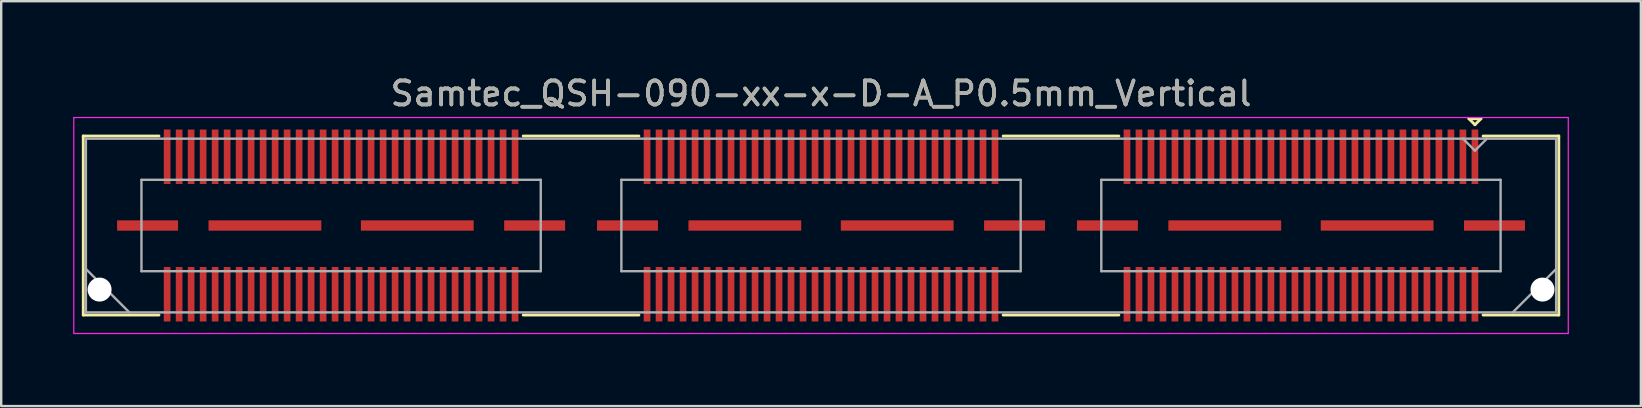
<source format=kicad_pcb>
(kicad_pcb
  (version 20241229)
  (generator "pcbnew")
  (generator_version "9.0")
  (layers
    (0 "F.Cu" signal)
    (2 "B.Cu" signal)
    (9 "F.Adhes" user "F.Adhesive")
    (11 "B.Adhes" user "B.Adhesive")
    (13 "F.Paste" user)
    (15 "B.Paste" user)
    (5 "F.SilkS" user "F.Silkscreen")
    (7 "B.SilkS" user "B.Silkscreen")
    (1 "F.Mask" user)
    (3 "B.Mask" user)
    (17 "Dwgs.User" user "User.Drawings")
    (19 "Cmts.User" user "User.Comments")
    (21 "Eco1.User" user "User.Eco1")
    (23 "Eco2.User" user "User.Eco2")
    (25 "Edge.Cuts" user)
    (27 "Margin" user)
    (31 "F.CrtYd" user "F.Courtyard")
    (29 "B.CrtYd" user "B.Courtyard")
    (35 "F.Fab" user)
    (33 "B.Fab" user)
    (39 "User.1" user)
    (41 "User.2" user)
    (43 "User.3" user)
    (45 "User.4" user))
  (footprint "Samtec_QSH-090-xx-x-D-A_P0.5mm_Vertical"
    (layer "F.Cu")
    (at 31.165 6.348)
    (property "Reference" "Samtec_QSH-090-xx-x-D-A_P0.5mm_Vertical" (at 0 -5.5 0) (layer "F.SilkS") (effects (font (size 1 1) (thickness 0.15))))
    (attr smd)
    (fp_line (start -30.745 -3.73) (end -27.59 -3.73) (stroke (width 0.12) (type solid)) (layer "F.SilkS"))
    (fp_line (start -30.745 3.73) (end -30.745 -3.73) (stroke (width 0.12) (type solid)) (layer "F.SilkS"))
    (fp_line (start -27.59 3.73) (end -30.745 3.73) (stroke (width 0.12) (type solid)) (layer "F.SilkS"))
    (fp_line (start -7.59 -3.73) (end -12.411 -3.73) (stroke (width 0.12) (type solid)) (layer "F.SilkS"))
    (fp_line (start -7.59 3.73) (end -12.411 3.73) (stroke (width 0.12) (type solid)) (layer "F.SilkS"))
    (fp_line (start 12.411 -3.73) (end 7.59 -3.73) (stroke (width 0.12) (type solid)) (layer "F.SilkS"))
    (fp_line (start 12.411 3.73) (end 7.59 3.73) (stroke (width 0.12) (type solid)) (layer "F.SilkS"))
    (fp_line (start 27 -4.45) (end 27.5 -4.45) (stroke (width 0.12) (type solid)) (layer "F.SilkS"))
    (fp_line (start 27.25 -4.2) (end 27 -4.45) (stroke (width 0.12) (type solid)) (layer "F.SilkS"))
    (fp_line (start 27.5 -4.45) (end 27.25 -4.2) (stroke (width 0.12) (type solid)) (layer "F.SilkS"))
    (fp_line (start 27.59 3.73) (end 30.745 3.73) (stroke (width 0.12) (type solid)) (layer "F.SilkS"))
    (fp_line (start 30.745 -3.73) (end 27.59 -3.73) (stroke (width 0.12) (type solid)) (layer "F.SilkS"))
    (fp_line (start 30.745 3.73) (end 30.745 -3.73) (stroke (width 0.12) (type solid)) (layer "F.SilkS"))
    (fp_line (start -31.14 -4.5) (end -31.14 4.5) (stroke (width 0.05) (type solid)) (layer "F.CrtYd"))
    (fp_line (start -31.14 4.5) (end 31.14 4.5) (stroke (width 0.05) (type solid)) (layer "F.CrtYd"))
    (fp_line (start 31.14 -4.5) (end -31.14 -4.5) (stroke (width 0.05) (type solid)) (layer "F.CrtYd"))
    (fp_line (start 31.14 4.5) (end 31.14 -4.5) (stroke (width 0.05) (type solid)) (layer "F.CrtYd"))
    (fp_line (start -30.635 -3.62) (end -30.635 3.62) (stroke (width 0.1) (type solid)) (layer "F.Fab"))
    (fp_line (start -30.635 1.81) (end -28.825 3.62) (stroke (width 0.1) (type solid)) (layer "F.Fab"))
    (fp_line (start -30.635 3.62) (end 30.635 3.62) (stroke (width 0.1) (type solid)) (layer "F.Fab"))
    (fp_line (start -28.32 -1.905) (end -28.32 1.905) (stroke (width 0.1) (type solid)) (layer "F.Fab"))
    (fp_line (start -28.32 1.905) (end -11.68 1.905) (stroke (width 0.1) (type solid)) (layer "F.Fab"))
    (fp_line (start -11.68 -1.905) (end -28.32 -1.905) (stroke (width 0.1) (type solid)) (layer "F.Fab"))
    (fp_line (start -11.68 1.905) (end -11.68 -1.905) (stroke (width 0.1) (type solid)) (layer "F.Fab"))
    (fp_line (start -8.32 -1.905) (end -8.32 1.905) (stroke (width 0.1) (type solid)) (layer "F.Fab"))
    (fp_line (start -8.32 1.905) (end 8.32 1.905) (stroke (width 0.1) (type solid)) (layer "F.Fab"))
    (fp_line (start 8.32 -1.905) (end -8.32 -1.905) (stroke (width 0.1) (type solid)) (layer "F.Fab"))
    (fp_line (start 8.32 1.905) (end 8.32 -1.905) (stroke (width 0.1) (type solid)) (layer "F.Fab"))
    (fp_line (start 11.68 -1.905) (end 11.68 1.905) (stroke (width 0.1) (type solid)) (layer "F.Fab"))
    (fp_line (start 11.68 1.905) (end 28.32 1.905) (stroke (width 0.1) (type solid)) (layer "F.Fab"))
    (fp_line (start 27.25 -3.12) (end 26.75 -3.62) (stroke (width 0.1) (type solid)) (layer "F.Fab"))
    (fp_line (start 27.75 -3.62) (end 27.25 -3.12) (stroke (width 0.1) (type solid)) (layer "F.Fab"))
    (fp_line (start 28.32 -1.905) (end 11.68 -1.905) (stroke (width 0.1) (type solid)) (layer "F.Fab"))
    (fp_line (start 28.32 1.905) (end 28.32 -1.905) (stroke (width 0.1) (type solid)) (layer "F.Fab"))
    (fp_line (start 30.635 -3.62) (end -30.635 -3.62) (stroke (width 0.1) (type solid)) (layer "F.Fab"))
    (fp_line (start 30.635 1.81) (end 28.825 3.62) (stroke (width 0.1) (type solid)) (layer "F.Fab"))
    (fp_line (start 30.635 3.62) (end 30.635 -3.62) (stroke (width 0.1) (type solid)) (layer "F.Fab"))
    (fp_text user "${REFERENCE}" (at 0 -5.5 0) (layer "F.Fab") (effects (font (size 1 1) (thickness 0.15))))
    (pad "" np_thru_hole circle (at -30.065 2.67) (size 1 1) (drill 1) (layers "*.Cu" "*.Mask"))
    (pad "" np_thru_hole circle (at 30.065 2.67) (size 1 1) (drill 1) (layers "*.Cu" "*.Mask"))
    (pad "1" smd rect (at 27.25 -2.865) (size 0.279 2.27) (layers "F.Cu" "F.Mask" "F.Paste"))
    (pad "2" smd rect (at 27.25 2.865) (size 0.279 2.27) (layers "F.Cu" "F.Mask" "F.Paste"))
    (pad "3" smd rect (at 26.75 -2.865) (size 0.279 2.27) (layers "F.Cu" "F.Mask" "F.Paste"))
    (pad "4" smd rect (at 26.75 2.865) (size 0.279 2.27) (layers "F.Cu" "F.Mask" "F.Paste"))
    (pad "5" smd rect (at 26.25 -2.865) (size 0.279 2.27) (layers "F.Cu" "F.Mask" "F.Paste"))
    (pad "6" smd rect (at 26.25 2.865) (size 0.279 2.27) (layers "F.Cu" "F.Mask" "F.Paste"))
    (pad "7" smd rect (at 25.75 -2.865) (size 0.279 2.27) (layers "F.Cu" "F.Mask" "F.Paste"))
    (pad "8" smd rect (at 25.75 2.865) (size 0.279 2.27) (layers "F.Cu" "F.Mask" "F.Paste"))
    (pad "9" smd rect (at 25.25 -2.865) (size 0.279 2.27) (layers "F.Cu" "F.Mask" "F.Paste"))
    (pad "10" smd rect (at 25.25 2.865) (size 0.279 2.27) (layers "F.Cu" "F.Mask" "F.Paste"))
    (pad "11" smd rect (at 24.75 -2.865) (size 0.279 2.27) (layers "F.Cu" "F.Mask" "F.Paste"))
    (pad "12" smd rect (at 24.75 2.865) (size 0.279 2.27) (layers "F.Cu" "F.Mask" "F.Paste"))
    (pad "13" smd rect (at 24.25 -2.865) (size 0.279 2.27) (layers "F.Cu" "F.Mask" "F.Paste"))
    (pad "14" smd rect (at 24.25 2.865) (size 0.279 2.27) (layers "F.Cu" "F.Mask" "F.Paste"))
    (pad "15" smd rect (at 23.75 -2.865) (size 0.279 2.27) (layers "F.Cu" "F.Mask" "F.Paste"))
    (pad "16" smd rect (at 23.75 2.865) (size 0.279 2.27) (layers "F.Cu" "F.Mask" "F.Paste"))
    (pad "17" smd rect (at 23.25 -2.865) (size 0.279 2.27) (layers "F.Cu" "F.Mask" "F.Paste"))
    (pad "18" smd rect (at 23.25 2.865) (size 0.279 2.27) (layers "F.Cu" "F.Mask" "F.Paste"))
    (pad "19" smd rect (at 22.75 -2.865) (size 0.279 2.27) (layers "F.Cu" "F.Mask" "F.Paste"))
    (pad "20" smd rect (at 22.75 2.865) (size 0.279 2.27) (layers "F.Cu" "F.Mask" "F.Paste"))
    (pad "21" smd rect (at 22.25 -2.865) (size 0.279 2.27) (layers "F.Cu" "F.Mask" "F.Paste"))
    (pad "22" smd rect (at 22.25 2.865) (size 0.279 2.27) (layers "F.Cu" "F.Mask" "F.Paste"))
    (pad "23" smd rect (at 21.75 -2.865) (size 0.279 2.27) (layers "F.Cu" "F.Mask" "F.Paste"))
    (pad "24" smd rect (at 21.75 2.865) (size 0.279 2.27) (layers "F.Cu" "F.Mask" "F.Paste"))
    (pad "25" smd rect (at 21.25 -2.865) (size 0.279 2.27) (layers "F.Cu" "F.Mask" "F.Paste"))
    (pad "26" smd rect (at 21.25 2.865) (size 0.279 2.27) (layers "F.Cu" "F.Mask" "F.Paste"))
    (pad "27" smd rect (at 20.75 -2.865) (size 0.279 2.27) (layers "F.Cu" "F.Mask" "F.Paste"))
    (pad "28" smd rect (at 20.75 2.865) (size 0.279 2.27) (layers "F.Cu" "F.Mask" "F.Paste"))
    (pad "29" smd rect (at 20.25 -2.865) (size 0.279 2.27) (layers "F.Cu" "F.Mask" "F.Paste"))
    (pad "30" smd rect (at 20.25 2.865) (size 0.279 2.27) (layers "F.Cu" "F.Mask" "F.Paste"))
    (pad "31" smd rect (at 19.75 -2.865) (size 0.279 2.27) (layers "F.Cu" "F.Mask" "F.Paste"))
    (pad "32" smd rect (at 19.75 2.865) (size 0.279 2.27) (layers "F.Cu" "F.Mask" "F.Paste"))
    (pad "33" smd rect (at 19.25 -2.865) (size 0.279 2.27) (layers "F.Cu" "F.Mask" "F.Paste"))
    (pad "34" smd rect (at 19.25 2.865) (size 0.279 2.27) (layers "F.Cu" "F.Mask" "F.Paste"))
    (pad "35" smd rect (at 18.75 -2.865) (size 0.279 2.27) (layers "F.Cu" "F.Mask" "F.Paste"))
    (pad "36" smd rect (at 18.75 2.865) (size 0.279 2.27) (layers "F.Cu" "F.Mask" "F.Paste"))
    (pad "37" smd rect (at 18.25 -2.865) (size 0.279 2.27) (layers "F.Cu" "F.Mask" "F.Paste"))
    (pad "38" smd rect (at 18.25 2.865) (size 0.279 2.27) (layers "F.Cu" "F.Mask" "F.Paste"))
    (pad "39" smd rect (at 17.75 -2.865) (size 0.279 2.27) (layers "F.Cu" "F.Mask" "F.Paste"))
    (pad "40" smd rect (at 17.75 2.865) (size 0.279 2.27) (layers "F.Cu" "F.Mask" "F.Paste"))
    (pad "41" smd rect (at 17.25 -2.865) (size 0.279 2.27) (layers "F.Cu" "F.Mask" "F.Paste"))
    (pad "42" smd rect (at 17.25 2.865) (size 0.279 2.27) (layers "F.Cu" "F.Mask" "F.Paste"))
    (pad "43" smd rect (at 16.75 -2.865) (size 0.279 2.27) (layers "F.Cu" "F.Mask" "F.Paste"))
    (pad "44" smd rect (at 16.75 2.865) (size 0.279 2.27) (layers "F.Cu" "F.Mask" "F.Paste"))
    (pad "45" smd rect (at 16.25 -2.865) (size 0.279 2.27) (layers "F.Cu" "F.Mask" "F.Paste"))
    (pad "46" smd rect (at 16.25 2.865) (size 0.279 2.27) (layers "F.Cu" "F.Mask" "F.Paste"))
    (pad "47" smd rect (at 15.75 -2.865) (size 0.279 2.27) (layers "F.Cu" "F.Mask" "F.Paste"))
    (pad "48" smd rect (at 15.75 2.865) (size 0.279 2.27) (layers "F.Cu" "F.Mask" "F.Paste"))
    (pad "49" smd rect (at 15.25 -2.865) (size 0.279 2.27) (layers "F.Cu" "F.Mask" "F.Paste"))
    (pad "50" smd rect (at 15.25 2.865) (size 0.279 2.27) (layers "F.Cu" "F.Mask" "F.Paste"))
    (pad "51" smd rect (at 14.75 -2.865) (size 0.279 2.27) (layers "F.Cu" "F.Mask" "F.Paste"))
    (pad "52" smd rect (at 14.75 2.865) (size 0.279 2.27) (layers "F.Cu" "F.Mask" "F.Paste"))
    (pad "53" smd rect (at 14.25 -2.865) (size 0.279 2.27) (layers "F.Cu" "F.Mask" "F.Paste"))
    (pad "54" smd rect (at 14.25 2.865) (size 0.279 2.27) (layers "F.Cu" "F.Mask" "F.Paste"))
    (pad "55" smd rect (at 13.75 -2.865) (size 0.279 2.27) (layers "F.Cu" "F.Mask" "F.Paste"))
    (pad "56" smd rect (at 13.75 2.865) (size 0.279 2.27) (layers "F.Cu" "F.Mask" "F.Paste"))
    (pad "57" smd rect (at 13.25 -2.865) (size 0.279 2.27) (layers "F.Cu" "F.Mask" "F.Paste"))
    (pad "58" smd rect (at 13.25 2.865) (size 0.279 2.27) (layers "F.Cu" "F.Mask" "F.Paste"))
    (pad "59" smd rect (at 12.75 -2.865) (size 0.279 2.27) (layers "F.Cu" "F.Mask" "F.Paste"))
    (pad "60" smd rect (at 12.75 2.865) (size 0.279 2.27) (layers "F.Cu" "F.Mask" "F.Paste"))
    (pad "61" smd rect (at 7.25 -2.865) (size 0.279 2.27) (layers "F.Cu" "F.Mask" "F.Paste"))
    (pad "62" smd rect (at 7.25 2.865) (size 0.279 2.27) (layers "F.Cu" "F.Mask" "F.Paste"))
    (pad "63" smd rect (at 6.75 -2.865) (size 0.279 2.27) (layers "F.Cu" "F.Mask" "F.Paste"))
    (pad "64" smd rect (at 6.75 2.865) (size 0.279 2.27) (layers "F.Cu" "F.Mask" "F.Paste"))
    (pad "65" smd rect (at 6.25 -2.865) (size 0.279 2.27) (layers "F.Cu" "F.Mask" "F.Paste"))
    (pad "66" smd rect (at 6.25 2.865) (size 0.279 2.27) (layers "F.Cu" "F.Mask" "F.Paste"))
    (pad "67" smd rect (at 5.75 -2.865) (size 0.279 2.27) (layers "F.Cu" "F.Mask" "F.Paste"))
    (pad "68" smd rect (at 5.75 2.865) (size 0.279 2.27) (layers "F.Cu" "F.Mask" "F.Paste"))
    (pad "69" smd rect (at 5.25 -2.865) (size 0.279 2.27) (layers "F.Cu" "F.Mask" "F.Paste"))
    (pad "70" smd rect (at 5.25 2.865) (size 0.279 2.27) (layers "F.Cu" "F.Mask" "F.Paste"))
    (pad "71" smd rect (at 4.75 -2.865) (size 0.279 2.27) (layers "F.Cu" "F.Mask" "F.Paste"))
    (pad "72" smd rect (at 4.75 2.865) (size 0.279 2.27) (layers "F.Cu" "F.Mask" "F.Paste"))
    (pad "73" smd rect (at 4.25 -2.865) (size 0.279 2.27) (layers "F.Cu" "F.Mask" "F.Paste"))
    (pad "74" smd rect (at 4.25 2.865) (size 0.279 2.27) (layers "F.Cu" "F.Mask" "F.Paste"))
    (pad "75" smd rect (at 3.75 -2.865) (size 0.279 2.27) (layers "F.Cu" "F.Mask" "F.Paste"))
    (pad "76" smd rect (at 3.75 2.865) (size 0.279 2.27) (layers "F.Cu" "F.Mask" "F.Paste"))
    (pad "77" smd rect (at 3.25 -2.865) (size 0.279 2.27) (layers "F.Cu" "F.Mask" "F.Paste"))
    (pad "78" smd rect (at 3.25 2.865) (size 0.279 2.27) (layers "F.Cu" "F.Mask" "F.Paste"))
    (pad "79" smd rect (at 2.75 -2.865) (size 0.279 2.27) (layers "F.Cu" "F.Mask" "F.Paste"))
    (pad "80" smd rect (at 2.75 2.865) (size 0.279 2.27) (layers "F.Cu" "F.Mask" "F.Paste"))
    (pad "81" smd rect (at 2.25 -2.865) (size 0.279 2.27) (layers "F.Cu" "F.Mask" "F.Paste"))
    (pad "82" smd rect (at 2.25 2.865) (size 0.279 2.27) (layers "F.Cu" "F.Mask" "F.Paste"))
    (pad "83" smd rect (at 1.75 -2.865) (size 0.279 2.27) (layers "F.Cu" "F.Mask" "F.Paste"))
    (pad "84" smd rect (at 1.75 2.865) (size 0.279 2.27) (layers "F.Cu" "F.Mask" "F.Paste"))
    (pad "85" smd rect (at 1.25 -2.865) (size 0.279 2.27) (layers "F.Cu" "F.Mask" "F.Paste"))
    (pad "86" smd rect (at 1.25 2.865) (size 0.279 2.27) (layers "F.Cu" "F.Mask" "F.Paste"))
    (pad "87" smd rect (at 0.75 -2.865) (size 0.279 2.27) (layers "F.Cu" "F.Mask" "F.Paste"))
    (pad "88" smd rect (at 0.75 2.865) (size 0.279 2.27) (layers "F.Cu" "F.Mask" "F.Paste"))
    (pad "89" smd rect (at 0.25 -2.865) (size 0.279 2.27) (layers "F.Cu" "F.Mask" "F.Paste"))
    (pad "90" smd rect (at 0.25 2.865) (size 0.279 2.27) (layers "F.Cu" "F.Mask" "F.Paste"))
    (pad "91" smd rect (at -0.25 -2.865) (size 0.279 2.27) (layers "F.Cu" "F.Mask" "F.Paste"))
    (pad "92" smd rect (at -0.25 2.865) (size 0.279 2.27) (layers "F.Cu" "F.Mask" "F.Paste"))
    (pad "93" smd rect (at -0.75 -2.865) (size 0.279 2.27) (layers "F.Cu" "F.Mask" "F.Paste"))
    (pad "94" smd rect (at -0.75 2.865) (size 0.279 2.27) (layers "F.Cu" "F.Mask" "F.Paste"))
    (pad "95" smd rect (at -1.25 -2.865) (size 0.279 2.27) (layers "F.Cu" "F.Mask" "F.Paste"))
    (pad "96" smd rect (at -1.25 2.865) (size 0.279 2.27) (layers "F.Cu" "F.Mask" "F.Paste"))
    (pad "97" smd rect (at -1.75 -2.865) (size 0.279 2.27) (layers "F.Cu" "F.Mask" "F.Paste"))
    (pad "98" smd rect (at -1.75 2.865) (size 0.279 2.27) (layers "F.Cu" "F.Mask" "F.Paste"))
    (pad "99" smd rect (at -2.25 -2.865) (size 0.279 2.27) (layers "F.Cu" "F.Mask" "F.Paste"))
    (pad "100" smd rect (at -2.25 2.865) (size 0.279 2.27) (layers "F.Cu" "F.Mask" "F.Paste"))
    (pad "101" smd rect (at -2.75 -2.865) (size 0.279 2.27) (layers "F.Cu" "F.Mask" "F.Paste"))
    (pad "102" smd rect (at -2.75 2.865) (size 0.279 2.27) (layers "F.Cu" "F.Mask" "F.Paste"))
    (pad "103" smd rect (at -3.25 -2.865) (size 0.279 2.27) (layers "F.Cu" "F.Mask" "F.Paste"))
    (pad "104" smd rect (at -3.25 2.865) (size 0.279 2.27) (layers "F.Cu" "F.Mask" "F.Paste"))
    (pad "105" smd rect (at -3.75 -2.865) (size 0.279 2.27) (layers "F.Cu" "F.Mask" "F.Paste"))
    (pad "106" smd rect (at -3.75 2.865) (size 0.279 2.27) (layers "F.Cu" "F.Mask" "F.Paste"))
    (pad "107" smd rect (at -4.25 -2.865) (size 0.279 2.27) (layers "F.Cu" "F.Mask" "F.Paste"))
    (pad "108" smd rect (at -4.25 2.865) (size 0.279 2.27) (layers "F.Cu" "F.Mask" "F.Paste"))
    (pad "109" smd rect (at -4.75 -2.865) (size 0.279 2.27) (layers "F.Cu" "F.Mask" "F.Paste"))
    (pad "110" smd rect (at -4.75 2.865) (size 0.279 2.27) (layers "F.Cu" "F.Mask" "F.Paste"))
    (pad "111" smd rect (at -5.25 -2.865) (size 0.279 2.27) (layers "F.Cu" "F.Mask" "F.Paste"))
    (pad "112" smd rect (at -5.25 2.865) (size 0.279 2.27) (layers "F.Cu" "F.Mask" "F.Paste"))
    (pad "113" smd rect (at -5.75 -2.865) (size 0.279 2.27) (layers "F.Cu" "F.Mask" "F.Paste"))
    (pad "114" smd rect (at -5.75 2.865) (size 0.279 2.27) (layers "F.Cu" "F.Mask" "F.Paste"))
    (pad "115" smd rect (at -6.25 -2.865) (size 0.279 2.27) (layers "F.Cu" "F.Mask" "F.Paste"))
    (pad "116" smd rect (at -6.25 2.865) (size 0.279 2.27) (layers "F.Cu" "F.Mask" "F.Paste"))
    (pad "117" smd rect (at -6.75 -2.865) (size 0.279 2.27) (layers "F.Cu" "F.Mask" "F.Paste"))
    (pad "118" smd rect (at -6.75 2.865) (size 0.279 2.27) (layers "F.Cu" "F.Mask" "F.Paste"))
    (pad "119" smd rect (at -7.25 -2.865) (size 0.279 2.27) (layers "F.Cu" "F.Mask" "F.Paste"))
    (pad "120" smd rect (at -7.25 2.865) (size 0.279 2.27) (layers "F.Cu" "F.Mask" "F.Paste"))
    (pad "121" smd rect (at -12.75 -2.865) (size 0.279 2.27) (layers "F.Cu" "F.Mask" "F.Paste"))
    (pad "122" smd rect (at -12.75 2.865) (size 0.279 2.27) (layers "F.Cu" "F.Mask" "F.Paste"))
    (pad "123" smd rect (at -13.25 -2.865) (size 0.279 2.27) (layers "F.Cu" "F.Mask" "F.Paste"))
    (pad "124" smd rect (at -13.25 2.865) (size 0.279 2.27) (layers "F.Cu" "F.Mask" "F.Paste"))
    (pad "125" smd rect (at -13.75 -2.865) (size 0.279 2.27) (layers "F.Cu" "F.Mask" "F.Paste"))
    (pad "126" smd rect (at -13.75 2.865) (size 0.279 2.27) (layers "F.Cu" "F.Mask" "F.Paste"))
    (pad "127" smd rect (at -14.25 -2.865) (size 0.279 2.27) (layers "F.Cu" "F.Mask" "F.Paste"))
    (pad "128" smd rect (at -14.25 2.865) (size 0.279 2.27) (layers "F.Cu" "F.Mask" "F.Paste"))
    (pad "129" smd rect (at -14.75 -2.865) (size 0.279 2.27) (layers "F.Cu" "F.Mask" "F.Paste"))
    (pad "130" smd rect (at -14.75 2.865) (size 0.279 2.27) (layers "F.Cu" "F.Mask" "F.Paste"))
    (pad "131" smd rect (at -15.25 -2.865) (size 0.279 2.27) (layers "F.Cu" "F.Mask" "F.Paste"))
    (pad "132" smd rect (at -15.25 2.865) (size 0.279 2.27) (layers "F.Cu" "F.Mask" "F.Paste"))
    (pad "133" smd rect (at -15.75 -2.865) (size 0.279 2.27) (layers "F.Cu" "F.Mask" "F.Paste"))
    (pad "134" smd rect (at -15.75 2.865) (size 0.279 2.27) (layers "F.Cu" "F.Mask" "F.Paste"))
    (pad "135" smd rect (at -16.25 -2.865) (size 0.279 2.27) (layers "F.Cu" "F.Mask" "F.Paste"))
    (pad "136" smd rect (at -16.25 2.865) (size 0.279 2.27) (layers "F.Cu" "F.Mask" "F.Paste"))
    (pad "137" smd rect (at -16.75 -2.865) (size 0.279 2.27) (layers "F.Cu" "F.Mask" "F.Paste"))
    (pad "138" smd rect (at -16.75 2.865) (size 0.279 2.27) (layers "F.Cu" "F.Mask" "F.Paste"))
    (pad "139" smd rect (at -17.25 -2.865) (size 0.279 2.27) (layers "F.Cu" "F.Mask" "F.Paste"))
    (pad "140" smd rect (at -17.25 2.865) (size 0.279 2.27) (layers "F.Cu" "F.Mask" "F.Paste"))
    (pad "141" smd rect (at -17.75 -2.865) (size 0.279 2.27) (layers "F.Cu" "F.Mask" "F.Paste"))
    (pad "142" smd rect (at -17.75 2.865) (size 0.279 2.27) (layers "F.Cu" "F.Mask" "F.Paste"))
    (pad "143" smd rect (at -18.25 -2.865) (size 0.279 2.27) (layers "F.Cu" "F.Mask" "F.Paste"))
    (pad "144" smd rect (at -18.25 2.865) (size 0.279 2.27) (layers "F.Cu" "F.Mask" "F.Paste"))
    (pad "145" smd rect (at -18.75 -2.865) (size 0.279 2.27) (layers "F.Cu" "F.Mask" "F.Paste"))
    (pad "146" smd rect (at -18.75 2.865) (size 0.279 2.27) (layers "F.Cu" "F.Mask" "F.Paste"))
    (pad "147" smd rect (at -19.25 -2.865) (size 0.279 2.27) (layers "F.Cu" "F.Mask" "F.Paste"))
    (pad "148" smd rect (at -19.25 2.865) (size 0.279 2.27) (layers "F.Cu" "F.Mask" "F.Paste"))
    (pad "149" smd rect (at -19.75 -2.865) (size 0.279 2.27) (layers "F.Cu" "F.Mask" "F.Paste"))
    (pad "150" smd rect (at -19.75 2.865) (size 0.279 2.27) (layers "F.Cu" "F.Mask" "F.Paste"))
    (pad "151" smd rect (at -20.25 -2.865) (size 0.279 2.27) (layers "F.Cu" "F.Mask" "F.Paste"))
    (pad "152" smd rect (at -20.25 2.865) (size 0.279 2.27) (layers "F.Cu" "F.Mask" "F.Paste"))
    (pad "153" smd rect (at -20.75 -2.865) (size 0.279 2.27) (layers "F.Cu" "F.Mask" "F.Paste"))
    (pad "154" smd rect (at -20.75 2.865) (size 0.279 2.27) (layers "F.Cu" "F.Mask" "F.Paste"))
    (pad "155" smd rect (at -21.25 -2.865) (size 0.279 2.27) (layers "F.Cu" "F.Mask" "F.Paste"))
    (pad "156" smd rect (at -21.25 2.865) (size 0.279 2.27) (layers "F.Cu" "F.Mask" "F.Paste"))
    (pad "157" smd rect (at -21.75 -2.865) (size 0.279 2.27) (layers "F.Cu" "F.Mask" "F.Paste"))
    (pad "158" smd rect (at -21.75 2.865) (size 0.279 2.27) (layers "F.Cu" "F.Mask" "F.Paste"))
    (pad "159" smd rect (at -22.25 -2.865) (size 0.279 2.27) (layers "F.Cu" "F.Mask" "F.Paste"))
    (pad "160" smd rect (at -22.25 2.865) (size 0.279 2.27) (layers "F.Cu" "F.Mask" "F.Paste"))
    (pad "161" smd rect (at -22.75 -2.865) (size 0.279 2.27) (layers "F.Cu" "F.Mask" "F.Paste"))
    (pad "162" smd rect (at -22.75 2.865) (size 0.279 2.27) (layers "F.Cu" "F.Mask" "F.Paste"))
    (pad "163" smd rect (at -23.25 -2.865) (size 0.279 2.27) (layers "F.Cu" "F.Mask" "F.Paste"))
    (pad "164" smd rect (at -23.25 2.865) (size 0.279 2.27) (layers "F.Cu" "F.Mask" "F.Paste"))
    (pad "165" smd rect (at -23.75 -2.865) (size 0.279 2.27) (layers "F.Cu" "F.Mask" "F.Paste"))
    (pad "166" smd rect (at -23.75 2.865) (size 0.279 2.27) (layers "F.Cu" "F.Mask" "F.Paste"))
    (pad "167" smd rect (at -24.25 -2.865) (size 0.279 2.27) (layers "F.Cu" "F.Mask" "F.Paste"))
    (pad "168" smd rect (at -24.25 2.865) (size 0.279 2.27) (layers "F.Cu" "F.Mask" "F.Paste"))
    (pad "169" smd rect (at -24.75 -2.865) (size 0.279 2.27) (layers "F.Cu" "F.Mask" "F.Paste"))
    (pad "170" smd rect (at -24.75 2.865) (size 0.279 2.27) (layers "F.Cu" "F.Mask" "F.Paste"))
    (pad "171" smd rect (at -25.25 -2.865) (size 0.279 2.27) (layers "F.Cu" "F.Mask" "F.Paste"))
    (pad "172" smd rect (at -25.25 2.865) (size 0.279 2.27) (layers "F.Cu" "F.Mask" "F.Paste"))
    (pad "173" smd rect (at -25.75 -2.865) (size 0.279 2.27) (layers "F.Cu" "F.Mask" "F.Paste"))
    (pad "174" smd rect (at -25.75 2.865) (size 0.279 2.27) (layers "F.Cu" "F.Mask" "F.Paste"))
    (pad "175" smd rect (at -26.25 -2.865) (size 0.279 2.27) (layers "F.Cu" "F.Mask" "F.Paste"))
    (pad "176" smd rect (at -26.25 2.865) (size 0.279 2.27) (layers "F.Cu" "F.Mask" "F.Paste"))
    (pad "177" smd rect (at -26.75 -2.865) (size 0.279 2.27) (layers "F.Cu" "F.Mask" "F.Paste"))
    (pad "178" smd rect (at -26.75 2.865) (size 0.279 2.27) (layers "F.Cu" "F.Mask" "F.Paste"))
    (pad "179" smd rect (at -27.25 -2.865) (size 0.279 2.27) (layers "F.Cu" "F.Mask" "F.Paste"))
    (pad "180" smd rect (at -27.25 2.865) (size 0.279 2.27) (layers "F.Cu" "F.Mask" "F.Paste"))
    (pad "P1" smd rect (at 11.935 0) (size 2.54 0.43) (layers "F.Cu" "F.Mask" "F.Paste"))
    (pad "P1" smd rect (at 16.825 0) (size 4.7 0.43) (layers "F.Cu" "F.Mask" "F.Paste"))
    (pad "P1" smd rect (at 23.175 0) (size 4.7 0.43) (layers "F.Cu" "F.Mask" "F.Paste"))
    (pad "P1" smd rect (at 28.065 0) (size 2.54 0.43) (layers "F.Cu" "F.Mask" "F.Paste"))
    (pad "P2" smd rect (at -8.065 0) (size 2.54 0.43) (layers "F.Cu" "F.Mask" "F.Paste"))
    (pad "P2" smd rect (at -3.175 0) (size 4.7 0.43) (layers "F.Cu" "F.Mask" "F.Paste"))
    (pad "P2" smd rect (at 3.175 0) (size 4.7 0.43) (layers "F.Cu" "F.Mask" "F.Paste"))
    (pad "P2" smd rect (at 8.065 0) (size 2.54 0.43) (layers "F.Cu" "F.Mask" "F.Paste"))
    (pad "P3" smd rect (at -28.065 0) (size 2.54 0.43) (layers "F.Cu" "F.Mask" "F.Paste"))
    (pad "P3" smd rect (at -23.175 0) (size 4.7 0.43) (layers "F.Cu" "F.Mask" "F.Paste"))
    (pad "P3" smd rect (at -16.825 0) (size 4.7 0.43) (layers "F.Cu" "F.Mask" "F.Paste"))
    (pad "P3" smd rect (at -11.935 0) (size 2.54 0.43) (layers "F.Cu" "F.Mask" "F.Paste")))
  (gr_rect
    (start -3 -3)
    (end 65.33 13.873)
    (stroke (width 0.1) (type default))
    (fill no)
    (layer "Edge.Cuts")))
</source>
